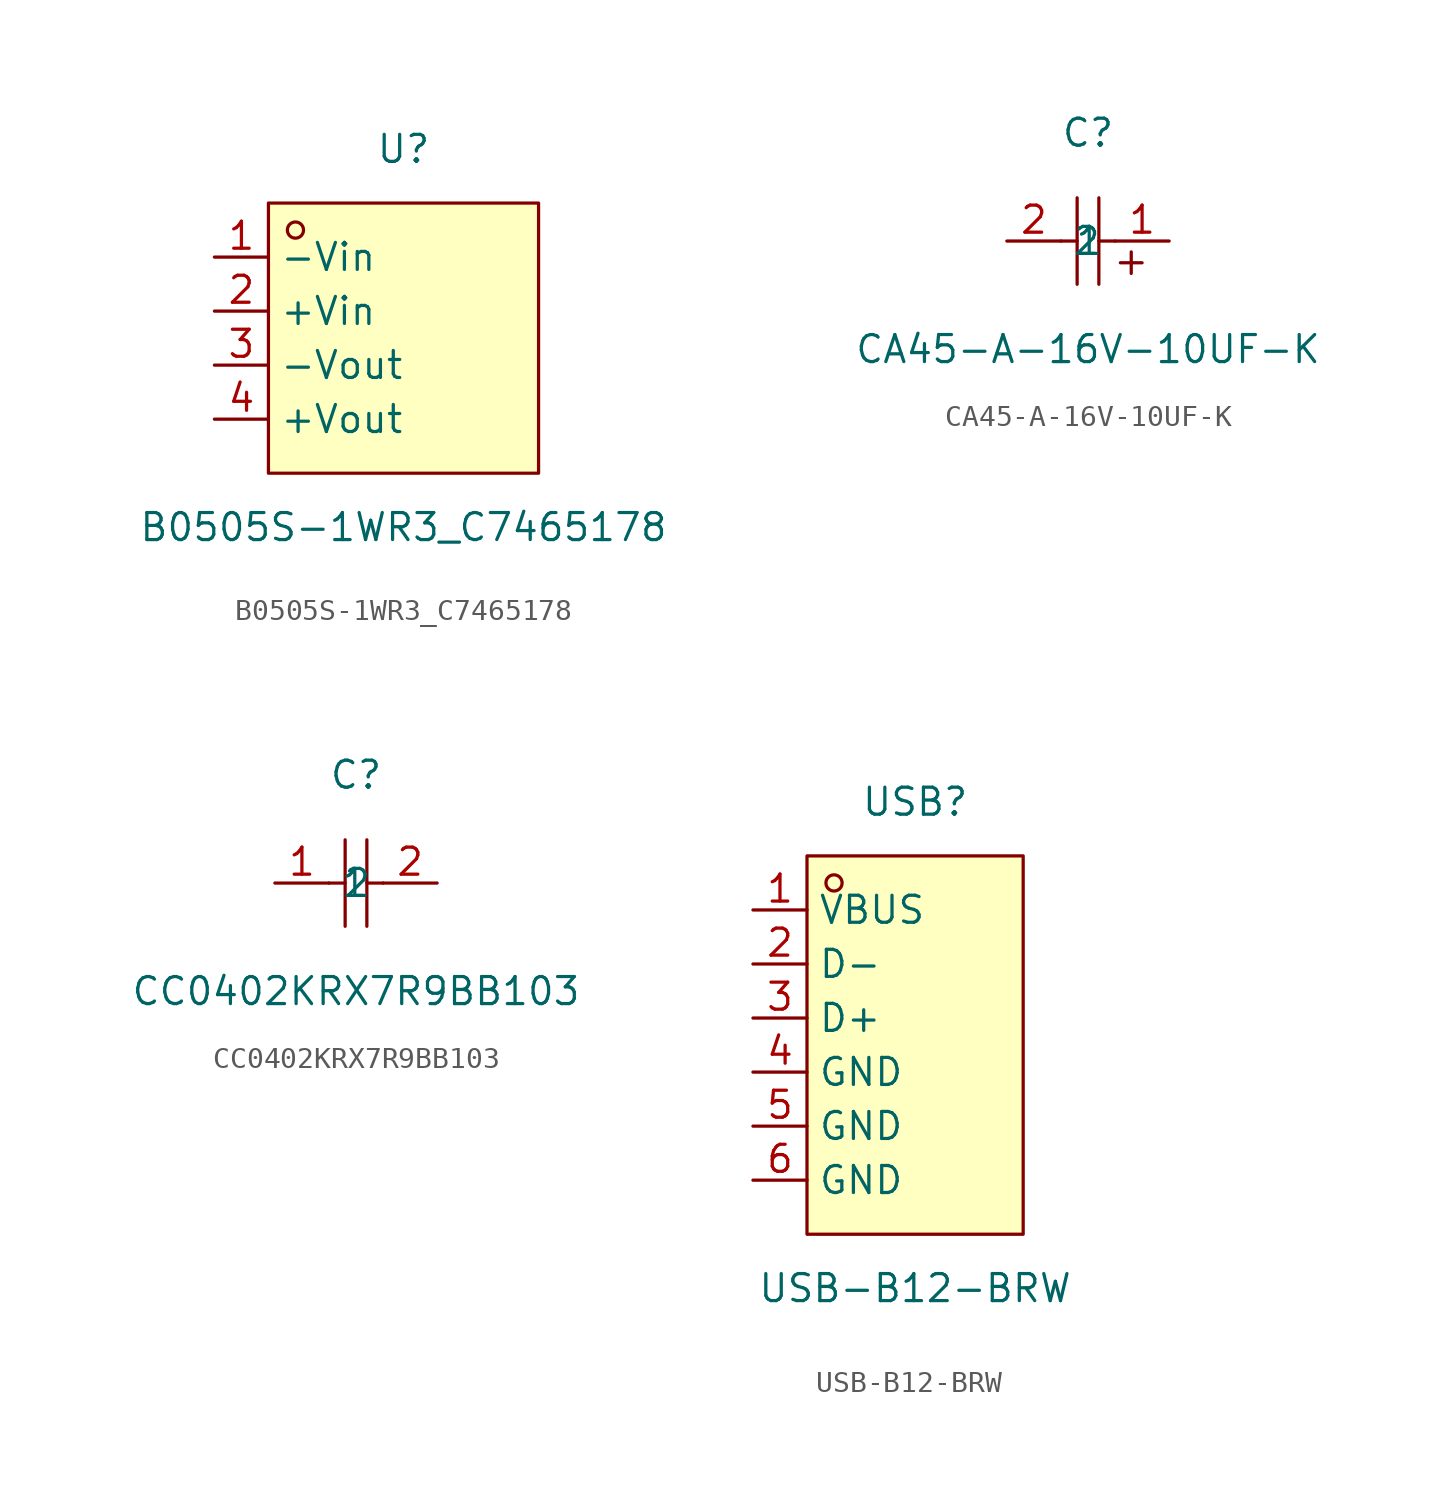
<source format=kicad_sym>
(kicad_symbol_lib
  (version 20211014)
  (generator https://github.com/uPesy/easyeda2kicad.py)
  (symbol "B0505S-1WR3_C7465178"
    (property "Reference" "U"
      (at 0 8.89 0)
      (effects (font (size 1.27 1.27))))
    (property "Value" "B0505S-1WR3_C7465178"
      (at 0 -8.89 0)
      (effects (font (size 1.27 1.27))))
    (symbol "B0505S-1WR3_C7465178_0_1"
      (rectangle (start -6.35 6.35) (end 6.35 -6.35) (stroke (width 0) (type default) (color 0 0 0 0)) (fill (type background)))
      (circle (center -5.08 5.08) (radius 0.38) (stroke (width 0) (type default) (color 0 0 0 0)) (fill (type none)))
      (pin unspecified line (at -8.89 3.81 0) (length 2.54) (name "-Vin" (effects (font (size 1.27 1.27)))) (number "1" (effects (font (size 1.27 1.27)))))
      (pin unspecified line (at -8.89 1.27 0) (length 2.54) (name "+Vin" (effects (font (size 1.27 1.27)))) (number "2" (effects (font (size 1.27 1.27)))))
      (pin unspecified line (at -8.89 -1.27 0) (length 2.54) (name "-Vout" (effects (font (size 1.27 1.27)))) (number "3" (effects (font (size 1.27 1.27)))))
      (pin unspecified line (at -8.89 -3.81 0) (length 2.54) (name "+Vout" (effects (font (size 1.27 1.27)))) (number "4" (effects (font (size 1.27 1.27)))))))
  (symbol "CA45-A-16V-10UF-K"
    (property "Reference" "C"
      (at 0 5.08 0)
      (effects (font (size 1.27 1.27))))
    (property "Value" "CA45-A-16V-10UF-K"
      (at 0 -5.08 0)
      (effects (font (size 1.27 1.27))))
    (symbol "CA45-A-16V-10UF-K_0_1"
      (polyline (pts (xy 0.51 -2.03) (xy 0.51 2.03)) (stroke (width 0) (type default) (color 0 0 0 0)) (fill (type none)))
      (polyline (pts (xy -0.51 -2.03) (xy -0.51 2.03)) (stroke (width 0) (type default) (color 0 0 0 0)) (fill (type none)))
      (polyline (pts (xy 1.27 -0.00) (xy 0.51 -0.00)) (stroke (width 0) (type default) (color 0 0 0 0)) (fill (type none)))
      (polyline (pts (xy -0.51 -0.00) (xy -1.27 -0.00)) (stroke (width 0) (type default) (color 0 0 0 0)) (fill (type none)))
      (polyline (pts (xy 2.54 -1.02) (xy 1.52 -1.02)) (stroke (width 0) (type default) (color 0 0 0 0)) (fill (type none)))
      (polyline (pts (xy 2.03 -1.52) (xy 2.03 -0.51)) (stroke (width 0) (type default) (color 0 0 0 0)) (fill (type none)))
      (pin input line (at 3.81 -0.00 180) (length 2.54) (name "1" (effects (font (size 1.27 1.27)))) (number "1" (effects (font (size 1.27 1.27)))))
      (pin input line (at -3.81 -0.00 0) (length 2.54) (name "2" (effects (font (size 1.27 1.27)))) (number "2" (effects (font (size 1.27 1.27)))))))
  (symbol "CC0402KRX7R9BB103"
    (property "Reference" "C"
      (at 0 5.08 0)
      (effects (font (size 1.27 1.27))))
    (property "Value" "CC0402KRX7R9BB103"
      (at 0 -5.08 0)
      (effects (font (size 1.27 1.27))))
    (symbol "CC0402KRX7R9BB103_0_1"
      (polyline (pts (xy -0.51 2.03) (xy -0.51 -2.03)) (stroke (width 0) (type default) (color 0 0 0 0)) (fill (type none)))
      (polyline (pts (xy 0.51 2.03) (xy 0.51 -2.03)) (stroke (width 0) (type default) (color 0 0 0 0)) (fill (type none)))
      (polyline (pts (xy -1.27 -0.00) (xy -0.51 -0.00)) (stroke (width 0) (type default) (color 0 0 0 0)) (fill (type none)))
      (polyline (pts (xy 0.51 -0.00) (xy 1.27 -0.00)) (stroke (width 0) (type default) (color 0 0 0 0)) (fill (type none)))
      (pin input line (at -3.81 -0.00 0) (length 2.54) (name "1" (effects (font (size 1.27 1.27)))) (number "1" (effects (font (size 1.27 1.27)))))
      (pin input line (at 3.81 -0.00 180) (length 2.54) (name "2" (effects (font (size 1.27 1.27)))) (number "2" (effects (font (size 1.27 1.27)))))))
  (symbol "USB-B12-BRW"
    (property "Reference" "USB"
      (at 0 11.43 0)
      (effects (font (size 1.27 1.27))))
    (property "Value" "USB-B12-BRW"
      (at 0 -11.43 0)
      (effects (font (size 1.27 1.27))))
    (symbol "USB-B12-BRW_0_1"
      (rectangle (start -5.08 8.89) (end 5.08 -8.89) (stroke (width 0) (type default) (color 0 0 0 0)) (fill (type background)))
      (circle (center -3.81 7.62) (radius 0.38) (stroke (width 0) (type default) (color 0 0 0 0)) (fill (type none)))
      (pin unspecified line (at -7.62 6.35 0) (length 2.54) (name "VBUS" (effects (font (size 1.27 1.27)))) (number "1" (effects (font (size 1.27 1.27)))))
      (pin unspecified line (at -7.62 3.81 0) (length 2.54) (name "D-" (effects (font (size 1.27 1.27)))) (number "2" (effects (font (size 1.27 1.27)))))
      (pin unspecified line (at -7.62 1.27 0) (length 2.54) (name "D+" (effects (font (size 1.27 1.27)))) (number "3" (effects (font (size 1.27 1.27)))))
      (pin unspecified line (at -7.62 -1.27 0) (length 2.54) (name "GND" (effects (font (size 1.27 1.27)))) (number "4" (effects (font (size 1.27 1.27)))))
      (pin unspecified line (at -7.62 -3.81 0) (length 2.54) (name "GND" (effects (font (size 1.27 1.27)))) (number "5" (effects (font (size 1.27 1.27)))))
      (pin unspecified line (at -7.62 -6.35 0) (length 2.54) (name "GND" (effects (font (size 1.27 1.27)))) (number "6" (effects (font (size 1.27 1.27))))))))
</source>
